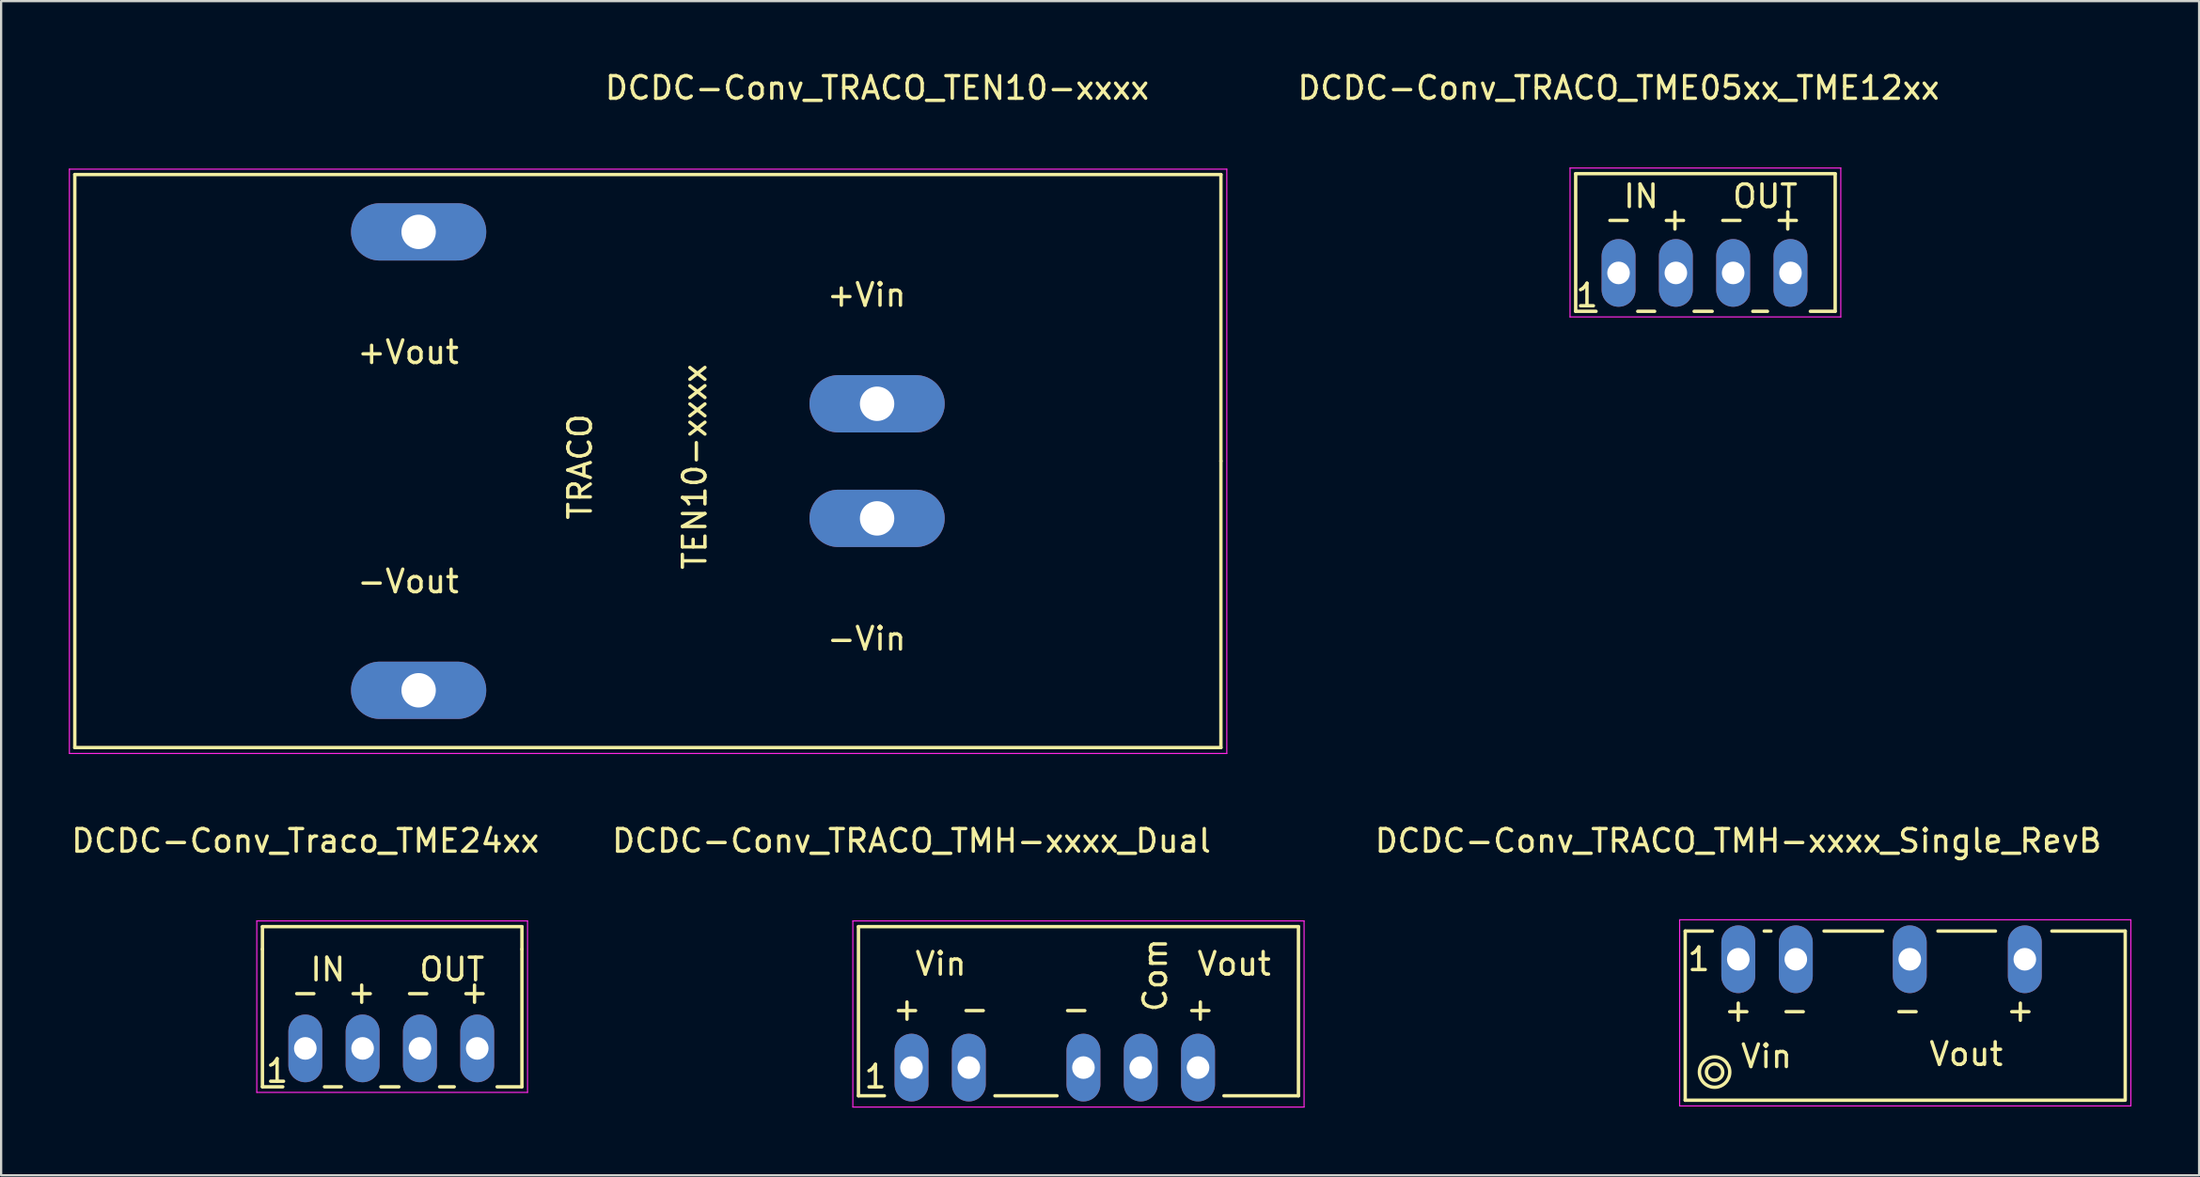
<source format=kicad_pcb>
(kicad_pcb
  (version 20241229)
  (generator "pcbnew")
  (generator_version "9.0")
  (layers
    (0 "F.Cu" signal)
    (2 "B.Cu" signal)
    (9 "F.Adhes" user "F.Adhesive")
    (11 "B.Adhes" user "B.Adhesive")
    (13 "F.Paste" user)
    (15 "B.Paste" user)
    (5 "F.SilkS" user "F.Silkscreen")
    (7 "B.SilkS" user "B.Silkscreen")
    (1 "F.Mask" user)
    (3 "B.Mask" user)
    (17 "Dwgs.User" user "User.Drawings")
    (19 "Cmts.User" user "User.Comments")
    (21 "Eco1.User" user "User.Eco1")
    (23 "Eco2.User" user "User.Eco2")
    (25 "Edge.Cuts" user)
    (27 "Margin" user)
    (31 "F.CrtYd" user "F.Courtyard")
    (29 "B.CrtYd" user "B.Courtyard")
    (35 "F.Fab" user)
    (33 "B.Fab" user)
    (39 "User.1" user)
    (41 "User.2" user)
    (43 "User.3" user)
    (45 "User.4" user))
  (footprint "DCDC-Conv_TRACO_TMH-xxxx_Dual"
    (layer "F.Cu")
    (at 37.351 44.272)
    (property "Reference" "DCDC-Conv_TRACO_TMH-xxxx_Dual" (at 0 -10.05 0) (layer "F.SilkS") (effects (font (size 1 1) (thickness 0.15))))
    (attr through_hole)
    (fp_line (start -2.352 -6.248) (end -2.352 1.25) (stroke (width 0.15) (type solid)) (layer "F.SilkS"))
    (fp_line (start -1.201 1.25) (end -2.352 1.25) (stroke (width 0.15) (type solid)) (layer "F.SilkS"))
    (fp_line (start 6.449 1.25) (end 3.698 1.25) (stroke (width 0.15) (type solid)) (layer "F.SilkS"))
    (fp_line (start 17.15 -6.248) (end -2.352 -6.248) (stroke (width 0.15) (type solid)) (layer "F.SilkS"))
    (fp_line (start 17.15 1.25) (end 13.848 1.25) (stroke (width 0.15) (type solid)) (layer "F.SilkS"))
    (fp_line (start 17.15 1.25) (end 17.15 -6.248) (stroke (width 0.15) (type solid)) (layer "F.SilkS"))
    (fp_line (start -2.6 -6.5) (end -2.6 1.75) (stroke (width 0.05) (type solid)) (layer "F.CrtYd"))
    (fp_line (start -2.6 -6.5) (end 17.4 -6.5) (stroke (width 0.05) (type solid)) (layer "F.CrtYd"))
    (fp_line (start -2.6 1.75) (end 17.4 1.75) (stroke (width 0.05) (type solid)) (layer "F.CrtYd"))
    (fp_line (start 17.4 -6.5) (end 17.4 1.75) (stroke (width 0.05) (type solid)) (layer "F.CrtYd"))
    (fp_text user "-" (at 7.3 -2.6 0) (layer "F.SilkS") (effects (font (size 1 1) (thickness 0.15))))
    (fp_text user "Vin" (at 1.3 -4.599 0) (layer "F.SilkS") (effects (font (size 1 1) (thickness 0.15))))
    (fp_text user "1" (at -1.6 0.4 0) (layer "F.SilkS") (effects (font (size 1 1) (thickness 0.15))))
    (fp_text user "+" (at -0.201 -2.6 0) (layer "F.SilkS") (effects (font (size 1 1) (thickness 0.15))))
    (fp_text user "+" (at 12.801 -2.6 0) (layer "F.SilkS") (effects (font (size 1 1) (thickness 0.15))))
    (fp_text user "Com" (at 10.8 -4.101 90) (layer "F.SilkS") (effects (font (size 1 1) (thickness 0.15))))
    (fp_text user "-" (at 2.799 -2.6 0) (layer "F.SilkS") (effects (font (size 1 1) (thickness 0.15))))
    (fp_text user "Vout" (at 14.3 -4.599 0) (layer "F.SilkS") (effects (font (size 1 1) (thickness 0.15))))
    (pad "1" thru_hole oval (at 0 0) (size 1.501 3) (drill 1.001) (layers "*.Cu" "*.Mask"))
    (pad "2" thru_hole oval (at 2.54 0) (size 1.501 3) (drill 1.001) (layers "*.Cu" "*.Mask"))
    (pad "4" thru_hole oval (at 7.62 0) (size 1.501 3) (drill 1.001) (layers "*.Cu" "*.Mask"))
    (pad "5" thru_hole oval (at 10.16 0) (size 1.501 3) (drill 1.001) (layers "*.Cu" "*.Mask"))
    (pad "6" thru_hole oval (at 12.7 0) (size 1.501 3) (drill 1.001) (layers "*.Cu" "*.Mask")))
  (footprint "DCDC-Conv_Traco_TME24xx"
    (layer "F.Cu")
    (at 10.482 43.422)
    (property "Reference" "DCDC-Conv_Traco_TME24xx" (at 0 -9.2 0) (layer "F.SilkS") (effects (font (size 1 1) (thickness 0.15))))
    (attr through_hole)
    (fp_line (start -1.9 -5.397) (end -1.9 -4.399) (stroke (width 0.15) (type solid)) (layer "F.SilkS"))
    (fp_line (start -1.9 -4.399) (end -1.9 1.702) (stroke (width 0.15) (type solid)) (layer "F.SilkS"))
    (fp_line (start -0.998 1.702) (end -1.9 1.702) (stroke (width 0.15) (type solid)) (layer "F.SilkS"))
    (fp_line (start 1.6 1.702) (end 0.851 1.702) (stroke (width 0.15) (type solid)) (layer "F.SilkS"))
    (fp_line (start 4.15 1.702) (end 3.35 1.702) (stroke (width 0.15) (type solid)) (layer "F.SilkS"))
    (fp_line (start 6.601 1.702) (end 5.951 1.702) (stroke (width 0.15) (type solid)) (layer "F.SilkS"))
    (fp_line (start 9.601 -5.397) (end -1.9 -5.397) (stroke (width 0.15) (type solid)) (layer "F.SilkS"))
    (fp_line (start 9.601 -4.399) (end 9.601 -5.397) (stroke (width 0.15) (type solid)) (layer "F.SilkS"))
    (fp_line (start 9.601 1.702) (end 8.501 1.702) (stroke (width 0.15) (type solid)) (layer "F.SilkS"))
    (fp_line (start 9.601 1.702) (end 9.601 -4.399) (stroke (width 0.15) (type solid)) (layer "F.SilkS"))
    (fp_line (start -2.15 -5.65) (end -2.15 1.95) (stroke (width 0.05) (type solid)) (layer "F.CrtYd"))
    (fp_line (start -2.15 -5.65) (end 9.85 -5.65) (stroke (width 0.05) (type solid)) (layer "F.CrtYd"))
    (fp_line (start -2.15 1.95) (end 9.85 1.95) (stroke (width 0.05) (type solid)) (layer "F.CrtYd"))
    (fp_line (start 9.85 -5.65) (end 9.85 1.95) (stroke (width 0.05) (type solid)) (layer "F.CrtYd"))
    (fp_text user "+" (at 7.5 -2.5 0) (layer "F.SilkS") (effects (font (size 1 1) (thickness 0.15))))
    (fp_text user "+" (at 2.499 -2.5 0) (layer "F.SilkS") (effects (font (size 1 1) (thickness 0.15))))
    (fp_text user "1" (at -1.25 1 0) (layer "F.SilkS") (effects (font (size 1 1) (thickness 0.15))))
    (fp_text user "OUT" (at 6.499 -3.499 0) (layer "F.SilkS") (effects (font (size 1 1) (thickness 0.15))))
    (fp_text user "-" (at -0.001 -2.5 0) (layer "F.SilkS") (effects (font (size 1 1) (thickness 0.15))))
    (fp_text user "-" (at 5.001 -2.5 0) (layer "F.SilkS") (effects (font (size 1 1) (thickness 0.15))))
    (fp_text user "IN" (at 1 -3.499 0) (layer "F.SilkS") (effects (font (size 1 1) (thickness 0.15))))
    (pad "1" thru_hole oval (at 0 0) (size 1.501 3) (drill 1.001) (layers "*.Cu" "*.Mask"))
    (pad "2" thru_hole oval (at 2.54 0) (size 1.501 3) (drill 1.001) (layers "*.Cu" "*.Mask"))
    (pad "3" thru_hole oval (at 5.08 0) (size 1.501 3) (drill 1.001) (layers "*.Cu" "*.Mask"))
    (pad "4" thru_hole oval (at 7.62 0) (size 1.501 3) (drill 1.001) (layers "*.Cu" "*.Mask")))
  (footprint "DCDC-Conv_TRACO_TEN10-xxxx"
    (layer "F.Cu")
    (at 35.825 14.848)
    (property "Reference" "DCDC-Conv_TRACO_TEN10-xxxx" (at 0 -14 0) (layer "F.SilkS") (effects (font (size 1 1) (thickness 0.15))))
    (attr through_hole)
    (fp_line (start -35.56 -10.16) (end -35.56 15.24) (stroke (width 0.15) (type solid)) (layer "F.SilkS"))
    (fp_line (start -35.56 15.24) (end 15.24 15.24) (stroke (width 0.15) (type solid)) (layer "F.SilkS"))
    (fp_line (start 15.24 -10.16) (end -35.56 -10.16) (stroke (width 0.15) (type solid)) (layer "F.SilkS"))
    (fp_line (start 15.24 2.54) (end 15.24 -10.16) (stroke (width 0.15) (type solid)) (layer "F.SilkS"))
    (fp_line (start 15.24 15.24) (end 15.24 2.54) (stroke (width 0.15) (type solid)) (layer "F.SilkS"))
    (fp_line (start -35.8 -10.4) (end -35.8 15.5) (stroke (width 0.05) (type solid)) (layer "F.CrtYd"))
    (fp_line (start -35.8 -10.4) (end 15.5 -10.4) (stroke (width 0.05) (type solid)) (layer "F.CrtYd"))
    (fp_line (start -35.8 15.5) (end 15.5 15.5) (stroke (width 0.05) (type solid)) (layer "F.CrtYd"))
    (fp_line (start 15.5 -10.4) (end 15.5 15.5) (stroke (width 0.05) (type solid)) (layer "F.CrtYd"))
    (fp_text user "+Vout" (at -20.785 -2.286 180) (layer "F.SilkS") (effects (font (size 1 1) (thickness 0.15))))
    (fp_text user "-Vout" (at -20.785 7.874 180) (layer "F.SilkS") (effects (font (size 1 1) (thickness 0.15))))
    (fp_text user "TRACO" (at -13.165 2.794 90) (layer "F.SilkS") (effects (font (size 1 1) (thickness 0.15))))
    (fp_text user "-Vin" (at -0.465 10.414 180) (layer "F.SilkS") (effects (font (size 1 1) (thickness 0.15))))
    (fp_text user "+Vin" (at -0.465 -4.826 180) (layer "F.SilkS") (effects (font (size 1 1) (thickness 0.15))))
    (fp_text user "TEN10-xxxx" (at -8.085 2.794 90) (layer "F.SilkS") (effects (font (size 1 1) (thickness 0.15))))
    (pad "1" thru_hole oval (at 0 0) (size 5.994 2.54) (drill 1.524) (layers "*.Cu" "*.Mask"))
    (pad "2" thru_hole oval (at 0 5.08) (size 5.994 2.54) (drill 1.524) (layers "*.Cu" "*.Mask"))
    (pad "3" thru_hole oval (at -20.32 -7.62) (size 5.994 2.54) (drill 1.524) (layers "*.Cu" "*.Mask"))
    (pad "5" thru_hole oval (at -20.32 12.7) (size 5.994 2.54) (drill 1.524) (layers "*.Cu" "*.Mask")))
  (footprint "DCDC-Conv_TRACO_TMH-xxxx_Single_RevB"
    (layer "F.Cu")
    (at 73.996 39.471)
    (property "Reference" "DCDC-Conv_TRACO_TMH-xxxx_Single_RevB" (at 0 -5.25 0) (layer "F.SilkS") (effects (font (size 1 1) (thickness 0.15))))
    (attr through_hole)
    (fp_line (start -2.352 -1.25) (end -2.352 6.248) (stroke (width 0.15) (type solid)) (layer "F.SilkS"))
    (fp_line (start -2.352 6.248) (end 17.099 6.248) (stroke (width 0.15) (type solid)) (layer "F.SilkS"))
    (fp_line (start -1.151 -1.25) (end -2.352 -1.25) (stroke (width 0.15) (type solid)) (layer "F.SilkS"))
    (fp_line (start 1.448 -1.25) (end 1.148 -1.25) (stroke (width 0.15) (type solid)) (layer "F.SilkS"))
    (fp_line (start 6.398 -1.25) (end 3.8 -1.25) (stroke (width 0.15) (type solid)) (layer "F.SilkS"))
    (fp_line (start 11.399 -1.25) (end 8.849 -1.25) (stroke (width 0.15) (type solid)) (layer "F.SilkS"))
    (fp_line (start 17.15 -1.25) (end 13.899 -1.25) (stroke (width 0.15) (type solid)) (layer "F.SilkS"))
    (fp_line (start 17.15 6.248) (end 17.15 -1.25) (stroke (width 0.15) (type solid)) (layer "F.SilkS"))
    (fp_circle (center -1.05 5.001) (end -0.951 5.349) (stroke (width 0.15) (type solid)) (fill no) (layer "F.SilkS"))
    (fp_circle (center -1.05 5.001) (end -0.549 5.45) (stroke (width 0.15) (type solid)) (fill no) (layer "F.SilkS"))
    (fp_line (start -2.6 -1.75) (end -2.6 6.5) (stroke (width 0.05) (type solid)) (layer "F.CrtYd"))
    (fp_line (start -2.6 -1.75) (end 17.4 -1.75) (stroke (width 0.05) (type solid)) (layer "F.CrtYd"))
    (fp_line (start -2.6 6.5) (end 17.4 6.5) (stroke (width 0.05) (type solid)) (layer "F.CrtYd"))
    (fp_line (start 17.4 -1.75) (end 17.4 6.5) (stroke (width 0.05) (type solid)) (layer "F.CrtYd"))
    (fp_text user "-" (at 7.5 2.25 0) (layer "F.SilkS") (effects (font (size 1 1) (thickness 0.15))))
    (fp_text user "-" (at 2.499 2.25 0) (layer "F.SilkS") (effects (font (size 1 1) (thickness 0.15))))
    (fp_text user "Vout" (at 10.101 4.201 0) (layer "F.SilkS") (effects (font (size 1 1) (thickness 0.15))))
    (fp_text user "+" (at 12.501 2.25 0) (layer "F.SilkS") (effects (font (size 1 1) (thickness 0.15))))
    (fp_text user "+" (at -0.001 2.25 0) (layer "F.SilkS") (effects (font (size 1 1) (thickness 0.15))))
    (fp_text user "Vin" (at 1.249 4.3 0) (layer "F.SilkS") (effects (font (size 1 1) (thickness 0.15))))
    (fp_text user "1" (at -1.75 0 0) (layer "F.SilkS") (effects (font (size 1 1) (thickness 0.15))))
    (pad "1" thru_hole oval (at 0 0) (size 1.501 3) (drill 1.001) (layers "*.Cu" "*.Mask"))
    (pad "2" thru_hole oval (at 2.55 0) (size 1.501 3) (drill 1.001) (layers "*.Cu" "*.Mask"))
    (pad "4" thru_hole oval (at 7.6 0) (size 1.501 3) (drill 1.001) (layers "*.Cu" "*.Mask"))
    (pad "6" thru_hole oval (at 12.7 0) (size 1.501 3) (drill 1.001) (layers "*.Cu" "*.Mask")))
  (footprint "DCDC-Conv_TRACO_TME05xx_TME12xx"
    (layer "F.Cu")
    (at 68.689 9.048)
    (property "Reference" "DCDC-Conv_TRACO_TME05xx_TME12xx" (at 0 -8.2 0) (layer "F.SilkS") (effects (font (size 1 1) (thickness 0.15))))
    (attr through_hole)
    (fp_line (start -1.9 -4.399) (end -1.9 1.702) (stroke (width 0.15) (type solid)) (layer "F.SilkS"))
    (fp_line (start -0.998 1.702) (end -1.9 1.702) (stroke (width 0.15) (type solid)) (layer "F.SilkS"))
    (fp_line (start 1.6 1.702) (end 0.851 1.702) (stroke (width 0.15) (type solid)) (layer "F.SilkS"))
    (fp_line (start 4.15 1.702) (end 3.35 1.702) (stroke (width 0.15) (type solid)) (layer "F.SilkS"))
    (fp_line (start 6.601 1.702) (end 5.951 1.702) (stroke (width 0.15) (type solid)) (layer "F.SilkS"))
    (fp_line (start 9.601 -4.399) (end -1.9 -4.399) (stroke (width 0.15) (type solid)) (layer "F.SilkS"))
    (fp_line (start 9.601 1.702) (end 8.501 1.702) (stroke (width 0.15) (type solid)) (layer "F.SilkS"))
    (fp_line (start 9.601 1.702) (end 9.601 -4.399) (stroke (width 0.15) (type solid)) (layer "F.SilkS"))
    (fp_line (start -2.15 -4.65) (end -2.15 1.95) (stroke (width 0.05) (type solid)) (layer "F.CrtYd"))
    (fp_line (start -2.15 -4.65) (end 9.85 -4.65) (stroke (width 0.05) (type solid)) (layer "F.CrtYd"))
    (fp_line (start -2.15 1.95) (end 9.85 1.95) (stroke (width 0.05) (type solid)) (layer "F.CrtYd"))
    (fp_line (start 9.85 -4.65) (end 9.85 1.95) (stroke (width 0.05) (type solid)) (layer "F.CrtYd"))
    (fp_text user "-" (at -0.001 -2.401 0) (layer "F.SilkS") (effects (font (size 1 1) (thickness 0.15))))
    (fp_text user "-" (at 5.001 -2.401 0) (layer "F.SilkS") (effects (font (size 1 1) (thickness 0.15))))
    (fp_text user "OUT" (at 6.499 -3.399 0) (layer "F.SilkS") (effects (font (size 1 1) (thickness 0.15))))
    (fp_text user "+" (at 2.499 -2.401 0) (layer "F.SilkS") (effects (font (size 1 1) (thickness 0.15))))
    (fp_text user "IN" (at 1 -3.399 0) (layer "F.SilkS") (effects (font (size 1 1) (thickness 0.15))))
    (fp_text user "+" (at 7.5 -2.401 0) (layer "F.SilkS") (effects (font (size 1 1) (thickness 0.15))))
    (fp_text user "1" (at -1.4 1 0) (layer "F.SilkS") (effects (font (size 1 1) (thickness 0.15))))
    (pad "1" thru_hole oval (at 0 0) (size 1.501 3) (drill 1.001) (layers "*.Cu" "*.Mask"))
    (pad "2" thru_hole oval (at 2.54 0) (size 1.501 3) (drill 1.001) (layers "*.Cu" "*.Mask"))
    (pad "3" thru_hole oval (at 5.08 0) (size 1.501 3) (drill 1.001) (layers "*.Cu" "*.Mask"))
    (pad "4" thru_hole oval (at 7.62 0) (size 1.501 3) (drill 1.001) (layers "*.Cu" "*.Mask")))
  (gr_rect
    (start -3 -3)
    (end 94.421 49.047)
    (stroke (width 0.1) (type default))
    (fill no)
    (layer "Edge.Cuts")))
</source>
